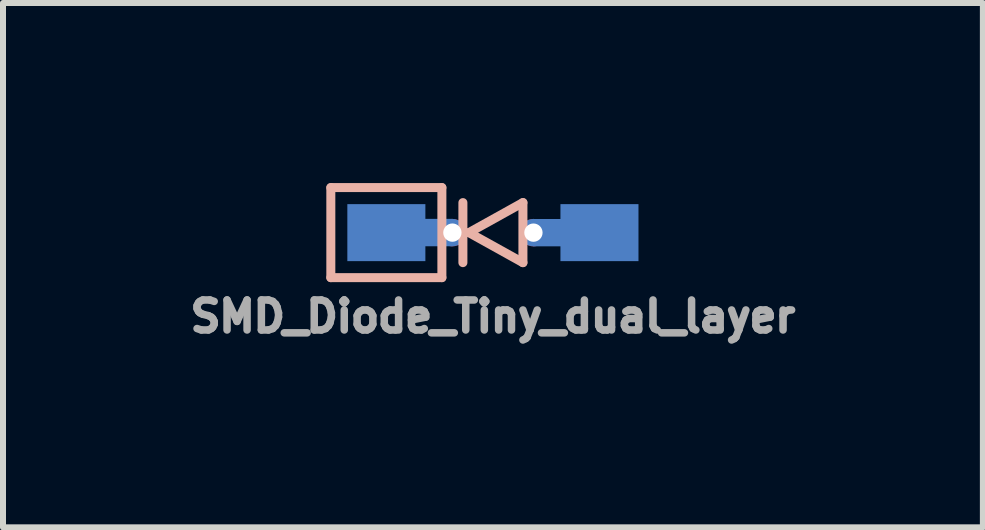
<source format=kicad_pcb>
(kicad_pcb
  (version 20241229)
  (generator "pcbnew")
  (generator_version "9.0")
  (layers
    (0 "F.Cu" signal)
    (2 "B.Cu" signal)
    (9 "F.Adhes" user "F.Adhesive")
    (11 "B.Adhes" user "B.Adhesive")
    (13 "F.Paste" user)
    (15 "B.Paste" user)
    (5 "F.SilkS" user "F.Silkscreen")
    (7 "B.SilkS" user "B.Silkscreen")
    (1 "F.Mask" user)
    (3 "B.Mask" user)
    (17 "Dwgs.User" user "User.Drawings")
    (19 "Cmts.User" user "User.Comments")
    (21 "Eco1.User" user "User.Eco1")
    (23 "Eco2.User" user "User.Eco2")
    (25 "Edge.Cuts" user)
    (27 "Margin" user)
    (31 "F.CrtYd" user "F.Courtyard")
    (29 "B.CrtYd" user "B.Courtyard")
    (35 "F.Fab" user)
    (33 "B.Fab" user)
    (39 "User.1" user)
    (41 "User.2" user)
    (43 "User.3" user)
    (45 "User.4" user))
  (footprint "SMD_Diode_Tiny_dual_layer"
    (layer "F.Cu")
    (at 5.161 0.825)
    (property "Reference" "SMD_Diode_Tiny_dual_layer" (at -0.000001 1.397 0) (layer "F.Fab") (effects (font (size 0.5 0.5) (thickness 0.125))))
    (fp_poly (pts (xy -2.375 -0.425) (xy -1.175 -0.425) (xy -1.175 0.425) (xy -2.375 0.425)) (stroke (width 0.1) (type solid)) (fill yes) (layer "B.Mask"))
    (fp_poly (pts (xy 1.175 -0.425) (xy 2.375 -0.425) (xy 2.375 0.425) (xy 1.175 0.425)) (stroke (width 0.1) (type solid)) (fill yes) (layer "B.Mask"))
    (fp_line (start -2.7 0.75) (end -0.85 0.75) (stroke (width 0.15) (type solid)) (layer "B.SilkS"))
    (fp_line (start -2.7 -0.75) (end -2.7 0.75) (stroke (width 0.15) (type solid)) (layer "B.SilkS"))
    (fp_line (start -0.85 -0.75) (end -2.7 -0.75) (stroke (width 0.15) (type solid)) (layer "B.SilkS"))
    (fp_line (start -0.85 -0.75) (end -0.85 0.75) (stroke (width 0.15) (type solid)) (layer "B.SilkS"))
    (fp_line (start -0.5 0.5) (end -0.5 -0.5) (stroke (width 0.15) (type solid)) (layer "B.SilkS"))
    (fp_line (start -0.4 0) (end 0.5 0.5) (stroke (width 0.15) (type solid)) (layer "B.SilkS"))
    (fp_line (start 0.5 -0.5) (end -0.4 0) (stroke (width 0.15) (type solid)) (layer "B.SilkS"))
    (fp_line (start 0.5 0.5) (end 0.5 -0.5) (stroke (width 0.15) (type solid)) (layer "B.SilkS"))
    (pad "1" smd custom (at -1.775 -0.000001) (size 1.3 0.95) (layers "B.Cu") (options (anchor rect)) (primitives (gr_poly (pts (xy 1.094 0.177) (xy 0.521 0.177) (xy 0.521 -0.179) (xy 1.094 -0.179)) (width 0.1) (fill yes))))
    (pad "1" thru_hole circle (at -0.675 0.000001 270) (size 0.457 0.457) (drill 0.305) (layers "*.Cu"))
    (pad "2" thru_hole circle (at 0.675 0.0004 90) (size 0.457 0.457) (drill 0.305) (layers "*.Cu"))
    (pad "2" smd custom (at 1.775 0.000001) (size 1.3 0.95) (layers "B.Cu") (options (anchor rect)) (primitives (gr_poly (pts (xy -0.521 0.179) (xy -1.094 0.179) (xy -1.094 -0.177) (xy -0.521 -0.177)) (width 0.1) (fill yes)))))
  (gr_rect
    (start -3 -3)
    (end 13.323 5.734)
    (stroke (width 0.1) (type default))
    (fill no)
    (layer "Edge.Cuts")))
</source>
